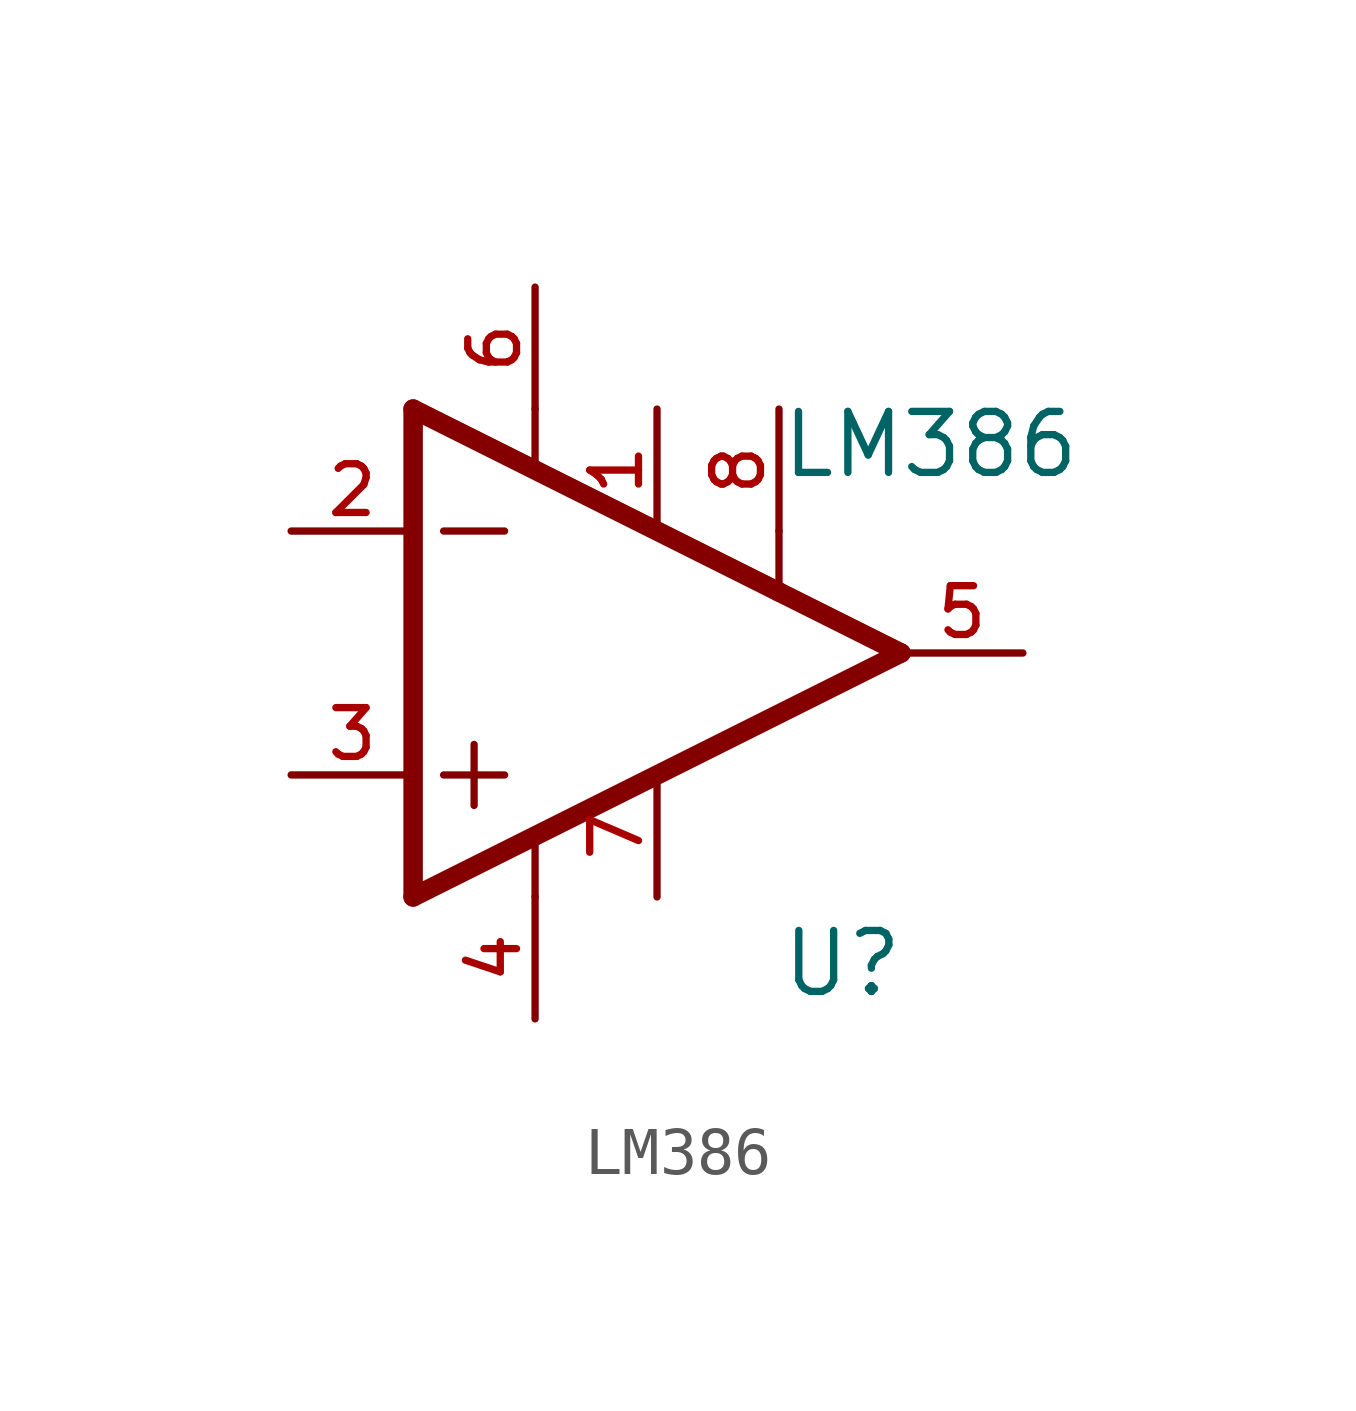
<source format=kicad_sym>
(kicad_symbol_lib
  (version 20211014)
  (generator kicad_symbol_editor)
  (symbol "LM386"
    (pin_names
      (offset 1.016))
    (property "Reference" "U"
      (at 5.09 -5.726 0.0)
      (effects (font (size 1.27 1.27)) (justify top left)))
    (property "Value" "LM386"
      (at 5.084 5.084 0.0)
      (effects (font (size 1.27 1.27)) (justify top left)))
    (symbol "LM386_0_0"
      (polyline (pts (xy -1.27 -3.175) (xy -1.27 -1.905)) (stroke (width 0.152)))
      (polyline (pts (xy -1.905 -2.54) (xy -0.635 -2.54)) (stroke (width 0.152)))
      (polyline (pts (xy -1.905 2.54) (xy -0.635 2.54)) (stroke (width 0.152)))
      (polyline (pts (xy 0.0 -5.08) (xy 0.0 -3.886)) (stroke (width 0.152)))
      (polyline (pts (xy 0.0 3.912) (xy 0.0 5.08)) (stroke (width 0.152)))
      (polyline (pts (xy 7.62 0.0) (xy -2.54 -5.08)) (stroke (width 0.406)))
      (polyline (pts (xy -2.54 -5.08) (xy -2.54 5.08)) (stroke (width 0.406)))
      (polyline (pts (xy -2.54 5.08) (xy 5.08 1.27)) (stroke (width 0.406)))
      (polyline (pts (xy 5.08 1.27) (xy 7.62 0.0)) (stroke (width 0.406)))
      (polyline (pts (xy 5.08 1.27) (xy 5.08 2.54)) (stroke (width 0.152)))
      (pin input line (at -5.08 -2.54 0) (length 2.54) (name "~" (effects (font (size 1.016 1.016)))) (number "3" (effects (font (size 1.016 1.016)))))
      (pin input line (at -5.08 2.54 0) (length 2.54) (name "~" (effects (font (size 1.016 1.016)))) (number "2" (effects (font (size 1.016 1.016)))))
      (pin output line (at 10.16 0.0 180.0) (length 2.54) (name "~" (effects (font (size 1.016 1.016)))) (number "5" (effects (font (size 1.016 1.016)))))
      (pin power_in line (at 0.0 7.62 270.0) (length 2.54) (name "~" (effects (font (size 1.016 1.016)))) (number "6" (effects (font (size 1.016 1.016)))))
      (pin power_in line (at 0.0 -7.62 90.0) (length 2.54) (name "~" (effects (font (size 1.016 1.016)))) (number "4" (effects (font (size 1.016 1.016)))))
      (pin bidirectional line (at 5.08 5.08 270.0) (length 2.54) (name "~" (effects (font (size 1.016 1.016)))) (number "8" (effects (font (size 1.016 1.016)))))
      (pin bidirectional line (at 2.54 5.08 270.0) (length 2.54) (name "~" (effects (font (size 1.016 1.016)))) (number "1" (effects (font (size 1.016 1.016)))))
      (pin bidirectional line (at 2.54 -5.08 90.0) (length 2.54) (name "~" (effects (font (size 1.016 1.016)))) (number "7" (effects (font (size 1.016 1.016))))))))
</source>
